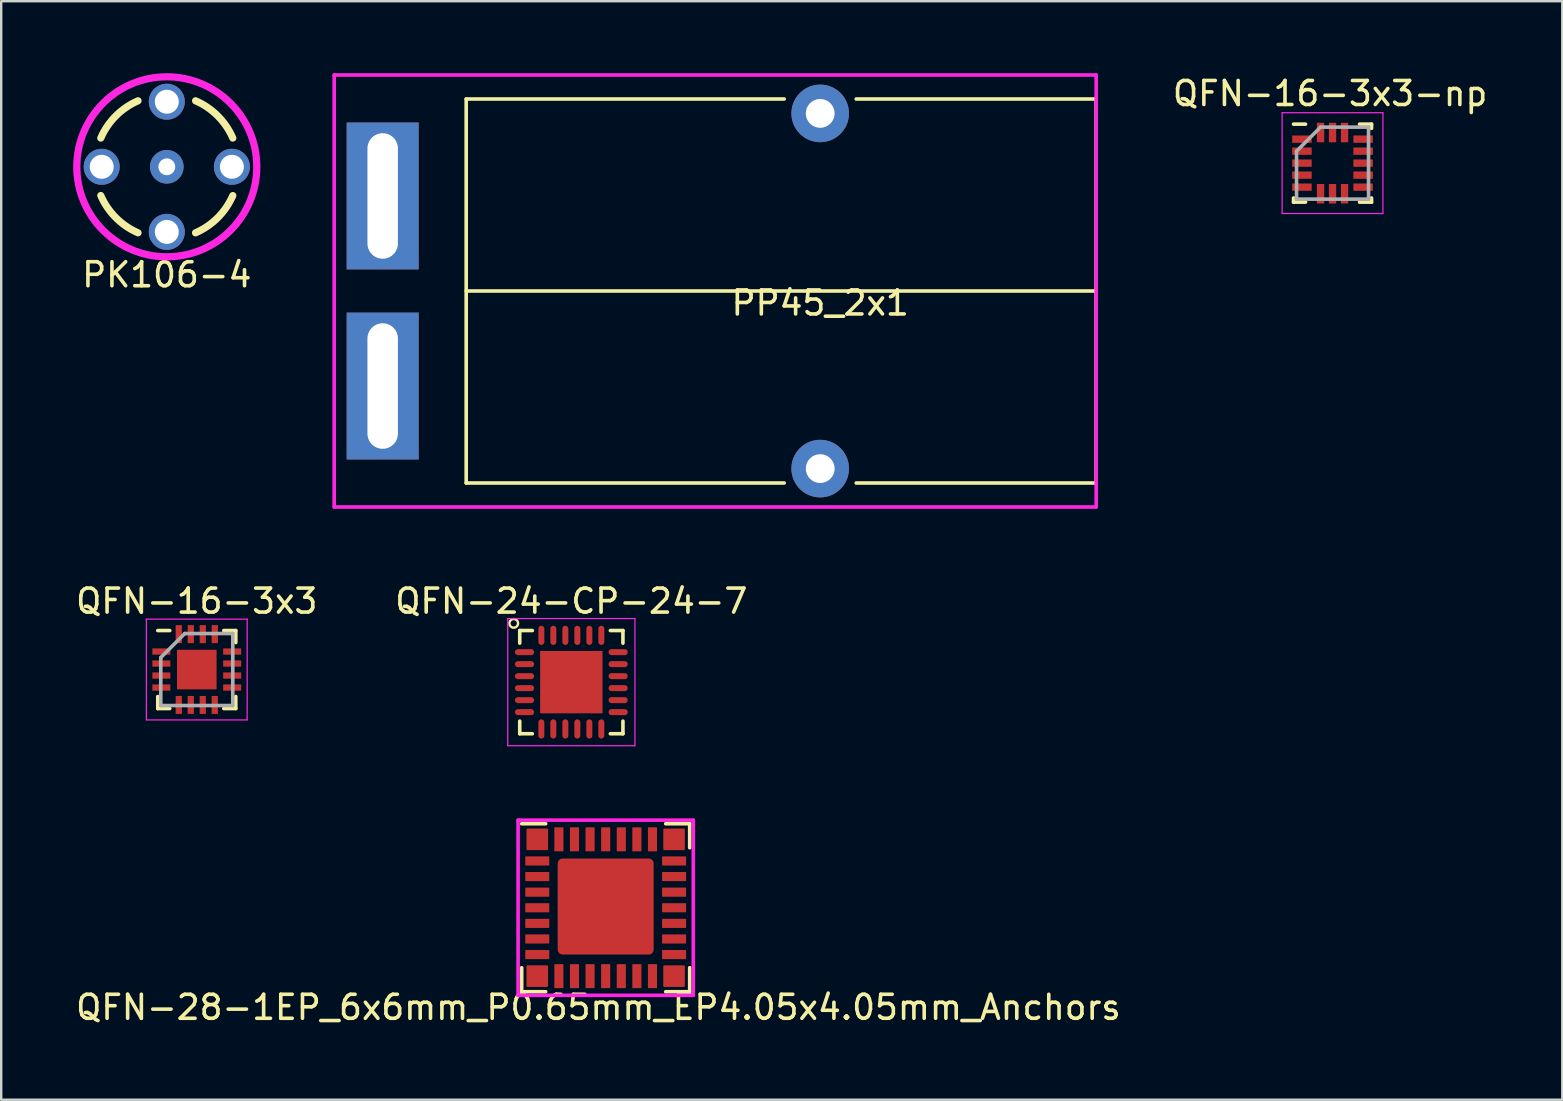
<source format=kicad_pcb>
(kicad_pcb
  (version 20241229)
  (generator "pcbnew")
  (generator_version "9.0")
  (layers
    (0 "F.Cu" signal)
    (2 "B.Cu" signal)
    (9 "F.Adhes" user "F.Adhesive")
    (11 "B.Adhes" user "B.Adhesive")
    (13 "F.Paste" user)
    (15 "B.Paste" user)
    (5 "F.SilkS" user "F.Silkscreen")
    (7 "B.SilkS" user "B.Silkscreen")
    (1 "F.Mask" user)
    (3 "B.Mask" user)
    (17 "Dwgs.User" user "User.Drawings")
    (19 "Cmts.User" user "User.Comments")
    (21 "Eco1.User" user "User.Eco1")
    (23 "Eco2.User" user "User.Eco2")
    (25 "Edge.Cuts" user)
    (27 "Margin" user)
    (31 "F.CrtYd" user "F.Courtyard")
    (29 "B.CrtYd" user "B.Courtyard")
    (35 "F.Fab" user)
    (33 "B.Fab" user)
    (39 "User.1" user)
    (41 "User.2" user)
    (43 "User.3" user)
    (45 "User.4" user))
  (footprint "QFN-16-3x3"
    (layer "F.Cu")
    (at 5.149 24.848)
    (property "Reference" "QFN-16-3x3" (at 0 -2.85 0) (layer "F.SilkS") (effects (font (size 1 1) (thickness 0.15))))
    (attr smd)
    (fp_line (start -1.625 -1.625) (end -1.125 -1.625) (stroke (width 0.15) (type solid)) (layer "F.SilkS"))
    (fp_line (start -1.625 1.625) (end -1.625 1.125) (stroke (width 0.15) (type solid)) (layer "F.SilkS"))
    (fp_line (start -1.625 1.625) (end -1.125 1.625) (stroke (width 0.15) (type solid)) (layer "F.SilkS"))
    (fp_line (start 1.625 -1.625) (end 1.125 -1.625) (stroke (width 0.15) (type solid)) (layer "F.SilkS"))
    (fp_line (start 1.625 -1.625) (end 1.625 -1.125) (stroke (width 0.15) (type solid)) (layer "F.SilkS"))
    (fp_line (start 1.625 1.625) (end 1.125 1.625) (stroke (width 0.15) (type solid)) (layer "F.SilkS"))
    (fp_line (start 1.625 1.625) (end 1.625 1.125) (stroke (width 0.15) (type solid)) (layer "F.SilkS"))
    (fp_line (start -2.1 -2.1) (end -2.1 2.1) (stroke (width 0.05) (type solid)) (layer "F.CrtYd"))
    (fp_line (start -2.1 -2.1) (end 2.1 -2.1) (stroke (width 0.05) (type solid)) (layer "F.CrtYd"))
    (fp_line (start -2.1 2.1) (end 2.1 2.1) (stroke (width 0.05) (type solid)) (layer "F.CrtYd"))
    (fp_line (start 2.1 -2.1) (end 2.1 2.1) (stroke (width 0.05) (type solid)) (layer "F.CrtYd"))
    (fp_line (start -1.5 -0.5) (end -0.5 -1.5) (stroke (width 0.15) (type solid)) (layer "F.Fab"))
    (fp_line (start -1.5 1.5) (end -1.5 -0.5) (stroke (width 0.15) (type solid)) (layer "F.Fab"))
    (fp_line (start -0.5 -1.5) (end 1.5 -1.5) (stroke (width 0.15) (type solid)) (layer "F.Fab"))
    (fp_line (start 1.5 -1.5) (end 1.5 1.5) (stroke (width 0.15) (type solid)) (layer "F.Fab"))
    (fp_line (start 1.5 1.5) (end -1.5 1.5) (stroke (width 0.15) (type solid)) (layer "F.Fab"))
    (pad "" smd rect (at -0.412 -0.412) (size 0.65 0.65) (layers "F.Paste"))
    (pad "" smd rect (at -0.412 0.412) (size 0.65 0.65) (layers "F.Paste"))
    (pad "" smd rect (at 0.412 -0.412) (size 0.65 0.65) (layers "F.Paste"))
    (pad "" smd rect (at 0.412 0.412) (size 0.65 0.65) (layers "F.Paste"))
    (pad "1" smd rect (at -1.475 -0.75) (size 0.75 0.26) (layers "F.Cu" "F.Mask" "F.Paste"))
    (pad "2" smd rect (at -1.475 -0.25) (size 0.75 0.26) (layers "F.Cu" "F.Mask" "F.Paste"))
    (pad "3" smd rect (at -1.475 0.25) (size 0.75 0.26) (layers "F.Cu" "F.Mask" "F.Paste"))
    (pad "4" smd rect (at -1.475 0.75) (size 0.75 0.26) (layers "F.Cu" "F.Mask" "F.Paste"))
    (pad "5" smd rect (at -0.75 1.475 90) (size 0.75 0.26) (layers "F.Cu" "F.Mask" "F.Paste"))
    (pad "6" smd rect (at -0.25 1.475 90) (size 0.75 0.26) (layers "F.Cu" "F.Mask" "F.Paste"))
    (pad "7" smd rect (at 0.25 1.475 90) (size 0.75 0.26) (layers "F.Cu" "F.Mask" "F.Paste"))
    (pad "8" smd rect (at 0.75 1.475 90) (size 0.75 0.26) (layers "F.Cu" "F.Mask" "F.Paste"))
    (pad "9" smd rect (at 1.475 0.75) (size 0.75 0.26) (layers "F.Cu" "F.Mask" "F.Paste"))
    (pad "10" smd rect (at 1.475 0.25) (size 0.75 0.26) (layers "F.Cu" "F.Mask" "F.Paste"))
    (pad "11" smd rect (at 1.475 -0.25) (size 0.75 0.26) (layers "F.Cu" "F.Mask" "F.Paste"))
    (pad "12" smd rect (at 1.475 -0.75) (size 0.75 0.26) (layers "F.Cu" "F.Mask" "F.Paste"))
    (pad "13" smd rect (at 0.75 -1.475 90) (size 0.75 0.26) (layers "F.Cu" "F.Mask" "F.Paste"))
    (pad "14" smd rect (at 0.25 -1.475 90) (size 0.75 0.26) (layers "F.Cu" "F.Mask" "F.Paste"))
    (pad "15" smd rect (at -0.25 -1.475 90) (size 0.75 0.26) (layers "F.Cu" "F.Mask" "F.Paste"))
    (pad "16" smd rect (at -0.75 -1.475 90) (size 0.75 0.26) (layers "F.Cu" "F.Mask" "F.Paste"))
    (pad "17" smd rect (at 0 0) (size 1.65 1.65) (layers "F.Cu" "F.Mask")))
  (footprint "QFN-16-3x3-np"
    (layer "F.Cu")
    (at 52.473 3.748)
    (property "Reference" "QFN-16-3x3-np" (at -0.1 -2.9 0) (layer "F.SilkS") (effects (font (size 1 1) (thickness 0.15))))
    (attr smd)
    (fp_line (start -1.625 -1.625) (end -1.125 -1.625) (stroke (width 0.15) (type solid)) (layer "F.SilkS"))
    (fp_line (start -1.625 1.625) (end -1.625 1.45) (stroke (width 0.15) (type solid)) (layer "F.SilkS"))
    (fp_line (start -1.625 1.625) (end -1.125 1.625) (stroke (width 0.15) (type solid)) (layer "F.SilkS"))
    (fp_line (start 1.625 -1.625) (end 1.125 -1.625) (stroke (width 0.15) (type solid)) (layer "F.SilkS"))
    (fp_line (start 1.625 -1.625) (end 1.625 -1.45) (stroke (width 0.15) (type solid)) (layer "F.SilkS"))
    (fp_line (start 1.625 1.625) (end 1.125 1.625) (stroke (width 0.15) (type solid)) (layer "F.SilkS"))
    (fp_line (start 1.625 1.625) (end 1.625 1.45) (stroke (width 0.15) (type solid)) (layer "F.SilkS"))
    (fp_line (start -2.1 -2.1) (end -2.1 2.1) (stroke (width 0.05) (type solid)) (layer "F.CrtYd"))
    (fp_line (start -2.1 -2.1) (end 2.1 -2.1) (stroke (width 0.05) (type solid)) (layer "F.CrtYd"))
    (fp_line (start -2.1 2.1) (end 2.1 2.1) (stroke (width 0.05) (type solid)) (layer "F.CrtYd"))
    (fp_line (start 2.1 -2.1) (end 2.1 2.1) (stroke (width 0.05) (type solid)) (layer "F.CrtYd"))
    (fp_line (start -1.5 -0.5) (end -0.5 -1.5) (stroke (width 0.15) (type solid)) (layer "F.Fab"))
    (fp_line (start -1.5 1.5) (end -1.5 -0.5) (stroke (width 0.15) (type solid)) (layer "F.Fab"))
    (fp_line (start -0.5 -1.5) (end 1.5 -1.5) (stroke (width 0.15) (type solid)) (layer "F.Fab"))
    (fp_line (start 1.5 -1.5) (end 1.5 1.5) (stroke (width 0.15) (type solid)) (layer "F.Fab"))
    (fp_line (start 1.5 1.5) (end -1.5 1.5) (stroke (width 0.15) (type solid)) (layer "F.Fab"))
    (pad "1" smd rect (at -1.275 -1) (size 0.813 0.305) (layers "F.Cu" "F.Mask" "F.Paste"))
    (pad "2" smd rect (at -1.275 -0.5) (size 0.813 0.305) (layers "F.Cu" "F.Mask" "F.Paste"))
    (pad "3" smd rect (at -1.275 0) (size 0.813 0.305) (layers "F.Cu" "F.Mask" "F.Paste"))
    (pad "4" smd rect (at -1.275 0.5) (size 0.813 0.305) (layers "F.Cu" "F.Mask" "F.Paste"))
    (pad "5" smd rect (at -1.275 1) (size 0.813 0.305) (layers "F.Cu" "F.Mask" "F.Paste"))
    (pad "6" smd rect (at -0.5 1.275 90) (size 0.813 0.305) (layers "F.Cu" "F.Mask" "F.Paste"))
    (pad "7" smd rect (at 0 1.275 90) (size 0.813 0.305) (layers "F.Cu" "F.Mask" "F.Paste"))
    (pad "8" smd rect (at 0.5 1.275 90) (size 0.813 0.305) (layers "F.Cu" "F.Mask" "F.Paste"))
    (pad "9" smd rect (at 1.275 1) (size 0.813 0.305) (layers "F.Cu" "F.Mask" "F.Paste"))
    (pad "10" smd rect (at 1.275 0.5) (size 0.813 0.305) (layers "F.Cu" "F.Mask" "F.Paste"))
    (pad "11" smd rect (at 1.275 0) (size 0.813 0.305) (layers "F.Cu" "F.Mask" "F.Paste"))
    (pad "12" smd rect (at 1.275 -0.5) (size 0.813 0.305) (layers "F.Cu" "F.Mask" "F.Paste"))
    (pad "13" smd rect (at 1.275 -1) (size 0.813 0.305) (layers "F.Cu" "F.Mask" "F.Paste"))
    (pad "14" smd rect (at 0.5 -1.275 90) (size 0.813 0.305) (layers "F.Cu" "F.Mask" "F.Paste"))
    (pad "15" smd rect (at 0 -1.275 90) (size 0.813 0.305) (layers "F.Cu" "F.Mask" "F.Paste"))
    (pad "16" smd rect (at -0.5 -1.275 90) (size 0.813 0.305) (layers "F.Cu" "F.Mask" "F.Paste")))
  (footprint "PK106-4"
    (layer "F.Cu")
    (at 3.9 3.9)
    (property "Reference" "PK106-4" (at 0 4.5 0) (layer "F.SilkS") (effects (font (size 1 1) (thickness 0.15))))
    (attr through_hole)
    (fp_arc (start -2.751034 -1.197628) (mid -2.12253 -2.1207) (end -1.2 -2.75) (stroke (width 0.3) (type solid)) (layer "F.SilkS"))
    (fp_arc (start -1.2 2.75) (mid -2.12253 2.1207) (end -2.751034 1.197628) (stroke (width 0.3) (type solid)) (layer "F.SilkS"))
    (fp_arc (start 1.2 -2.75) (mid 2.12253 -2.1207) (end 2.751034 -1.197628) (stroke (width 0.3) (type solid)) (layer "F.SilkS"))
    (fp_arc (start 2.75 1.2) (mid 2.1207 2.12253) (end 1.197628 2.751034) (stroke (width 0.3) (type solid)) (layer "F.SilkS"))
    (fp_circle (center 0 0) (end 3.75 0) (stroke (width 0.3) (type solid)) (fill no) (layer "F.CrtYd"))
    (pad "1" thru_hole circle (at 0 0) (size 1.4 1.4) (drill 0.7) (layers "*.Cu" "*.Mask"))
    (pad "2" thru_hole circle (at -2.712 0) (size 1.5 1.5) (drill 1) (layers "*.Cu" "*.Mask"))
    (pad "2" thru_hole circle (at 0 -2.712) (size 1.5 1.5) (drill 1) (layers "*.Cu" "*.Mask"))
    (pad "2" thru_hole circle (at 0 2.712) (size 1.5 1.5) (drill 1) (layers "*.Cu" "*.Mask"))
    (pad "2" thru_hole circle (at 2.712 0) (size 1.5 1.5) (drill 1) (layers "*.Cu" "*.Mask")))
  (footprint "PP45_2x1"
    (layer "F.Cu")
    (at 31.125 9.075)
    (property "Reference" "PP45_2x1" (at 0 0.5 0) (layer "F.SilkS") (effects (font (size 1 1) (thickness 0.15))))
    (attr through_hole)
    (fp_line (start -14.75 -8) (end -1.5 -8) (stroke (width 0.15) (type solid)) (layer "F.SilkS"))
    (fp_line (start -14.75 0) (end 11.5 0) (stroke (width 0.15) (type solid)) (layer "F.SilkS"))
    (fp_line (start -14.75 8) (end -14.75 -8) (stroke (width 0.15) (type solid)) (layer "F.SilkS"))
    (fp_line (start -1.5 8) (end -14.75 8) (stroke (width 0.15) (type solid)) (layer "F.SilkS"))
    (fp_line (start 1.5 -8) (end 11.5 -8) (stroke (width 0.15) (type solid)) (layer "F.SilkS"))
    (fp_line (start 11.5 -8) (end 11.5 8) (stroke (width 0.15) (type solid)) (layer "F.SilkS"))
    (fp_line (start 11.5 8) (end 1.5 8) (stroke (width 0.15) (type solid)) (layer "F.SilkS"))
    (fp_line (start -20.25 -9) (end 11.5 -9) (stroke (width 0.15) (type solid)) (layer "F.CrtYd"))
    (fp_line (start -20.25 9) (end -20.25 -9) (stroke (width 0.15) (type solid)) (layer "F.CrtYd"))
    (fp_line (start 11.5 -9) (end 11.5 9) (stroke (width 0.15) (type solid)) (layer "F.CrtYd"))
    (fp_line (start 11.5 9) (end -20.25 9) (stroke (width 0.15) (type solid)) (layer "F.CrtYd"))
    (pad "" thru_hole circle (at 0 -7.4) (size 2.4 2.4) (drill 1.2) (layers "*.Cu" "*.Mask"))
    (pad "" thru_hole circle (at 0 7.4) (size 2.4 2.4) (drill 1.2) (layers "*.Cu" "*.Mask"))
    (pad "1" thru_hole rect (at -18.23 -3.96) (size 3 6.12) (drill oval 1.27 5.23) (layers "*.Cu" "*.Mask"))
    (pad "2" thru_hole rect (at -18.23 3.96) (size 3 6.12) (drill oval 1.27 5.23) (layers "*.Cu" "*.Mask")))
  (footprint "QFN-24-CP-24-7"
    (layer "F.Cu")
    (at 20.756 25.373)
    (property "Reference" "QFN-24-CP-24-7" (at 0 -3.375 0) (layer "F.SilkS") (effects (font (size 1 1) (thickness 0.15))))
    (attr smd)
    (fp_line (start -2.15 -2.15) (end -1.625 -2.15) (stroke (width 0.15) (type solid)) (layer "F.SilkS"))
    (fp_line (start -2.15 -1.625) (end -2.15 -2.15) (stroke (width 0.15) (type solid)) (layer "F.SilkS"))
    (fp_line (start -2.15 2.15) (end -2.15 1.625) (stroke (width 0.15) (type solid)) (layer "F.SilkS"))
    (fp_line (start -2.15 2.15) (end -1.625 2.15) (stroke (width 0.15) (type solid)) (layer "F.SilkS"))
    (fp_line (start 2.15 -2.15) (end 1.625 -2.15) (stroke (width 0.15) (type solid)) (layer "F.SilkS"))
    (fp_line (start 2.15 -2.15) (end 2.15 -1.625) (stroke (width 0.15) (type solid)) (layer "F.SilkS"))
    (fp_line (start 2.15 2.15) (end 1.625 2.15) (stroke (width 0.15) (type solid)) (layer "F.SilkS"))
    (fp_line (start 2.15 2.15) (end 2.15 1.625) (stroke (width 0.15) (type solid)) (layer "F.SilkS"))
    (fp_circle (center -2.4 -2.45) (end -2.3 -2.3) (stroke (width 0.1) (type solid)) (fill no) (layer "F.SilkS"))
    (fp_line (start -2.65 -2.65) (end -2.65 2.65) (stroke (width 0.05) (type solid)) (layer "F.CrtYd"))
    (fp_line (start -2.65 -2.65) (end 2.65 -2.65) (stroke (width 0.05) (type solid)) (layer "F.CrtYd"))
    (fp_line (start -2.65 2.65) (end 2.65 2.65) (stroke (width 0.05) (type solid)) (layer "F.CrtYd"))
    (fp_line (start 2.65 -2.65) (end 2.65 2.65) (stroke (width 0.05) (type solid)) (layer "F.CrtYd"))
    (pad "1" smd oval (at -1.95 -1.25) (size 0.8 0.25) (layers "F.Cu" "F.Mask" "F.Paste"))
    (pad "2" smd oval (at -1.95 -0.75) (size 0.8 0.25) (layers "F.Cu" "F.Mask" "F.Paste"))
    (pad "3" smd oval (at -1.95 -0.25) (size 0.8 0.25) (layers "F.Cu" "F.Mask" "F.Paste"))
    (pad "4" smd oval (at -1.95 0.25) (size 0.8 0.25) (layers "F.Cu" "F.Mask" "F.Paste"))
    (pad "5" smd oval (at -1.95 0.75) (size 0.8 0.25) (layers "F.Cu" "F.Mask" "F.Paste"))
    (pad "6" smd oval (at -1.95 1.25) (size 0.8 0.25) (layers "F.Cu" "F.Mask" "F.Paste"))
    (pad "7" smd oval (at -1.25 1.95 90) (size 0.8 0.25) (layers "F.Cu" "F.Mask" "F.Paste"))
    (pad "8" smd oval (at -0.75 1.95 90) (size 0.8 0.25) (layers "F.Cu" "F.Mask" "F.Paste"))
    (pad "9" smd oval (at -0.25 1.95 90) (size 0.8 0.25) (layers "F.Cu" "F.Mask" "F.Paste"))
    (pad "10" smd oval (at 0.25 1.95 90) (size 0.8 0.25) (layers "F.Cu" "F.Mask" "F.Paste"))
    (pad "11" smd oval (at 0.75 1.95 90) (size 0.8 0.25) (layers "F.Cu" "F.Mask" "F.Paste"))
    (pad "12" smd oval (at 1.25 1.95 90) (size 0.8 0.25) (layers "F.Cu" "F.Mask" "F.Paste"))
    (pad "13" smd oval (at 1.95 1.25) (size 0.8 0.25) (layers "F.Cu" "F.Mask" "F.Paste"))
    (pad "14" smd oval (at 1.95 0.75) (size 0.8 0.25) (layers "F.Cu" "F.Mask" "F.Paste"))
    (pad "15" smd oval (at 1.95 0.25) (size 0.8 0.25) (layers "F.Cu" "F.Mask" "F.Paste"))
    (pad "16" smd oval (at 1.95 -0.25) (size 0.8 0.25) (layers "F.Cu" "F.Mask" "F.Paste"))
    (pad "17" smd oval (at 1.95 -0.75) (size 0.8 0.25) (layers "F.Cu" "F.Mask" "F.Paste"))
    (pad "18" smd oval (at 1.95 -1.25) (size 0.8 0.25) (layers "F.Cu" "F.Mask" "F.Paste"))
    (pad "19" smd oval (at 1.25 -1.95 90) (size 0.8 0.25) (layers "F.Cu" "F.Mask" "F.Paste"))
    (pad "20" smd oval (at 0.75 -1.95 90) (size 0.8 0.25) (layers "F.Cu" "F.Mask" "F.Paste"))
    (pad "21" smd oval (at 0.25 -1.95 90) (size 0.8 0.25) (layers "F.Cu" "F.Mask" "F.Paste"))
    (pad "22" smd oval (at -0.25 -1.95 90) (size 0.8 0.25) (layers "F.Cu" "F.Mask" "F.Paste"))
    (pad "23" smd oval (at -0.75 -1.95 90) (size 0.8 0.25) (layers "F.Cu" "F.Mask" "F.Paste"))
    (pad "24" smd oval (at -1.25 -1.95 90) (size 0.8 0.25) (layers "F.Cu" "F.Mask" "F.Paste"))
    (pad "25" smd rect (at 0 0) (size 2.6 2.6) (layers "F.Cu" "F.Mask" "F.Paste")))
  (footprint "QFN-28-1EP_6x6mm_P0.65mm_EP4.05x4.05mm_Anchors"
    (layer "F.Cu")
    (at 22.187 34.773)
    (property "Reference" "QFN-28-1EP_6x6mm_P0.65mm_EP4.05x4.05mm_Anchors" (at -0.3 4.15 0) (layer "F.SilkS") (effects (font (size 1 1) (thickness 0.15))))
    (attr through_hole)
    (fp_line (start -3.5 -3.5) (end -2.5 -3.5) (stroke (width 0.15) (type solid)) (layer "F.SilkS"))
    (fp_line (start -3.5 2.5) (end -3.5 3.5) (stroke (width 0.15) (type solid)) (layer "F.SilkS"))
    (fp_line (start -3.5 3.5) (end -2.5 3.5) (stroke (width 0.15) (type solid)) (layer "F.SilkS"))
    (fp_line (start 2.5 -3.5) (end 3.5 -3.5) (stroke (width 0.15) (type solid)) (layer "F.SilkS"))
    (fp_line (start 3.5 -3.5) (end 3.5 -2.5) (stroke (width 0.15) (type solid)) (layer "F.SilkS"))
    (fp_line (start 3.5 2.5) (end 3.5 3.5) (stroke (width 0.15) (type solid)) (layer "F.SilkS"))
    (fp_line (start 3.5 3.5) (end 2.5 3.5) (stroke (width 0.15) (type solid)) (layer "F.SilkS"))
    (fp_line (start -3.65 -3.65) (end 3.65 -3.65) (stroke (width 0.15) (type solid)) (layer "F.CrtYd"))
    (fp_line (start -3.65 3.65) (end -3.65 -3.65) (stroke (width 0.15) (type solid)) (layer "F.CrtYd"))
    (fp_line (start 3.65 -3.65) (end 3.65 3.65) (stroke (width 0.15) (type solid)) (layer "F.CrtYd"))
    (fp_line (start 3.65 3.65) (end -3.65 3.65) (stroke (width 0.15) (type solid)) (layer "F.CrtYd"))
    (pad "" smd roundrect (at -2.85 -2.85) (size 0.9 0.9) (layers "F.Cu" "F.Mask" "F.Paste") (roundrect_rratio 0.05))
    (pad "" smd roundrect (at -2.85 2.85) (size 0.9 0.9) (layers "F.Cu" "F.Mask" "F.Paste") (roundrect_rratio 0.05))
    (pad "" smd roundrect (at -1.25 -1.25) (size 0.9 0.9) (layers "F.Paste") (roundrect_rratio 0.05))
    (pad "" smd roundrect (at -1.25 0) (size 0.9 0.9) (layers "F.Paste") (roundrect_rratio 0.05))
    (pad "" smd roundrect (at -1.25 1.25) (size 0.9 0.9) (layers "F.Paste") (roundrect_rratio 0.05))
    (pad "" smd roundrect (at 0 -1.25) (size 0.9 0.9) (layers "F.Paste") (roundrect_rratio 0.05))
    (pad "" smd roundrect (at 0 0) (size 0.9 0.9) (layers "F.Paste") (roundrect_rratio 0.05))
    (pad "" smd roundrect (at 0 1.25) (size 0.9 0.9) (layers "F.Paste") (roundrect_rratio 0.05))
    (pad "" smd roundrect (at 1.25 -1.25) (size 0.9 0.9) (layers "F.Paste") (roundrect_rratio 0.05))
    (pad "" smd roundrect (at 1.25 0) (size 0.9 0.9) (layers "F.Paste") (roundrect_rratio 0.05))
    (pad "" smd roundrect (at 1.25 1.25) (size 0.9 0.9) (layers "F.Paste") (roundrect_rratio 0.05))
    (pad "" smd roundrect (at 2.85 -2.85) (size 0.9 0.9) (layers "F.Cu" "F.Mask" "F.Paste") (roundrect_rratio 0.05))
    (pad "" smd roundrect (at 2.85 2.85) (size 0.9 0.9) (layers "F.Cu" "F.Mask" "F.Paste") (roundrect_rratio 0.05))
    (pad "1" smd roundrect (at -2.85 -1.95) (size 1 0.38) (layers "F.Cu" "F.Mask" "F.Paste") (roundrect_rratio 0.05))
    (pad "2" smd roundrect (at -2.85 -1.3) (size 1 0.38) (layers "F.Cu" "F.Mask" "F.Paste") (roundrect_rratio 0.05))
    (pad "3" smd roundrect (at -2.85 -0.65) (size 1 0.38) (layers "F.Cu" "F.Mask" "F.Paste") (roundrect_rratio 0.05))
    (pad "4" smd roundrect (at -2.85 0) (size 1 0.38) (layers "F.Cu" "F.Mask" "F.Paste") (roundrect_rratio 0.05))
    (pad "5" smd roundrect (at -2.85 0.65) (size 1 0.38) (layers "F.Cu" "F.Mask" "F.Paste") (roundrect_rratio 0.05))
    (pad "6" smd roundrect (at -2.85 1.3) (size 1 0.38) (layers "F.Cu" "F.Mask" "F.Paste") (roundrect_rratio 0.05))
    (pad "7" smd roundrect (at -2.85 1.95) (size 1 0.38) (layers "F.Cu" "F.Mask" "F.Paste") (roundrect_rratio 0.05))
    (pad "8" smd roundrect (at -1.95 2.85 90) (size 1 0.38) (layers "F.Cu" "F.Mask" "F.Paste") (roundrect_rratio 0.05))
    (pad "9" smd roundrect (at -1.3 2.85 90) (size 1 0.38) (layers "F.Cu" "F.Mask" "F.Paste") (roundrect_rratio 0.05))
    (pad "10" smd roundrect (at -0.65 2.85 90) (size 1 0.38) (layers "F.Cu" "F.Mask" "F.Paste") (roundrect_rratio 0.05))
    (pad "11" smd roundrect (at 0 2.85 90) (size 1 0.38) (layers "F.Cu" "F.Mask" "F.Paste") (roundrect_rratio 0.05))
    (pad "12" smd roundrect (at 0.65 2.85 90) (size 1 0.38) (layers "F.Cu" "F.Mask" "F.Paste") (roundrect_rratio 0.05))
    (pad "13" smd roundrect (at 1.3 2.85 90) (size 1 0.38) (layers "F.Cu" "F.Mask" "F.Paste") (roundrect_rratio 0.05))
    (pad "14" smd roundrect (at 1.95 2.85 90) (size 1 0.38) (layers "F.Cu" "F.Mask" "F.Paste") (roundrect_rratio 0.05))
    (pad "15" smd roundrect (at 2.85 1.95) (size 1 0.38) (layers "F.Cu" "F.Mask" "F.Paste") (roundrect_rratio 0.05))
    (pad "16" smd roundrect (at 2.85 1.3) (size 1 0.38) (layers "F.Cu" "F.Mask" "F.Paste") (roundrect_rratio 0.05))
    (pad "17" smd roundrect (at 2.85 0.65) (size 1 0.38) (layers "F.Cu" "F.Mask" "F.Paste") (roundrect_rratio 0.05))
    (pad "18" smd roundrect (at 2.85 0) (size 1 0.38) (layers "F.Cu" "F.Mask" "F.Paste") (roundrect_rratio 0.05))
    (pad "19" smd roundrect (at 2.85 -0.65) (size 1 0.38) (layers "F.Cu" "F.Mask" "F.Paste") (roundrect_rratio 0.05))
    (pad "20" smd roundrect (at 2.85 -1.3) (size 1 0.38) (layers "F.Cu" "F.Mask" "F.Paste") (roundrect_rratio 0.05))
    (pad "21" smd roundrect (at 2.85 -1.95) (size 1 0.38) (layers "F.Cu" "F.Mask" "F.Paste") (roundrect_rratio 0.05))
    (pad "22" smd roundrect (at 1.95 -2.85 90) (size 1 0.38) (layers "F.Cu" "F.Mask" "F.Paste") (roundrect_rratio 0.05))
    (pad "23" smd roundrect (at 1.3 -2.85 90) (size 1 0.38) (layers "F.Cu" "F.Mask" "F.Paste") (roundrect_rratio 0.05))
    (pad "24" smd roundrect (at 0.65 -2.85 90) (size 1 0.38) (layers "F.Cu" "F.Mask" "F.Paste") (roundrect_rratio 0.05))
    (pad "25" smd roundrect (at 0 -2.85 90) (size 1 0.38) (layers "F.Cu" "F.Mask" "F.Paste") (roundrect_rratio 0.05))
    (pad "26" smd roundrect (at -0.65 -2.85 90) (size 1 0.38) (layers "F.Cu" "F.Mask" "F.Paste") (roundrect_rratio 0.05))
    (pad "27" smd roundrect (at -1.3 -2.85 90) (size 1 0.38) (layers "F.Cu" "F.Mask" "F.Paste") (roundrect_rratio 0.05))
    (pad "28" smd roundrect (at -1.95 -2.85 90) (size 1 0.38) (layers "F.Cu" "F.Mask" "F.Paste") (roundrect_rratio 0.05))
    (pad "29" smd roundrect (at 0 -0.05) (size 4 4) (layers "F.Cu" "F.Mask") (roundrect_rratio 0.05)))
  (gr_rect
    (start -3 -3)
    (end 62.045 42.772)
    (stroke (width 0.1) (type default))
    (fill no)
    (layer "Edge.Cuts")))
</source>
